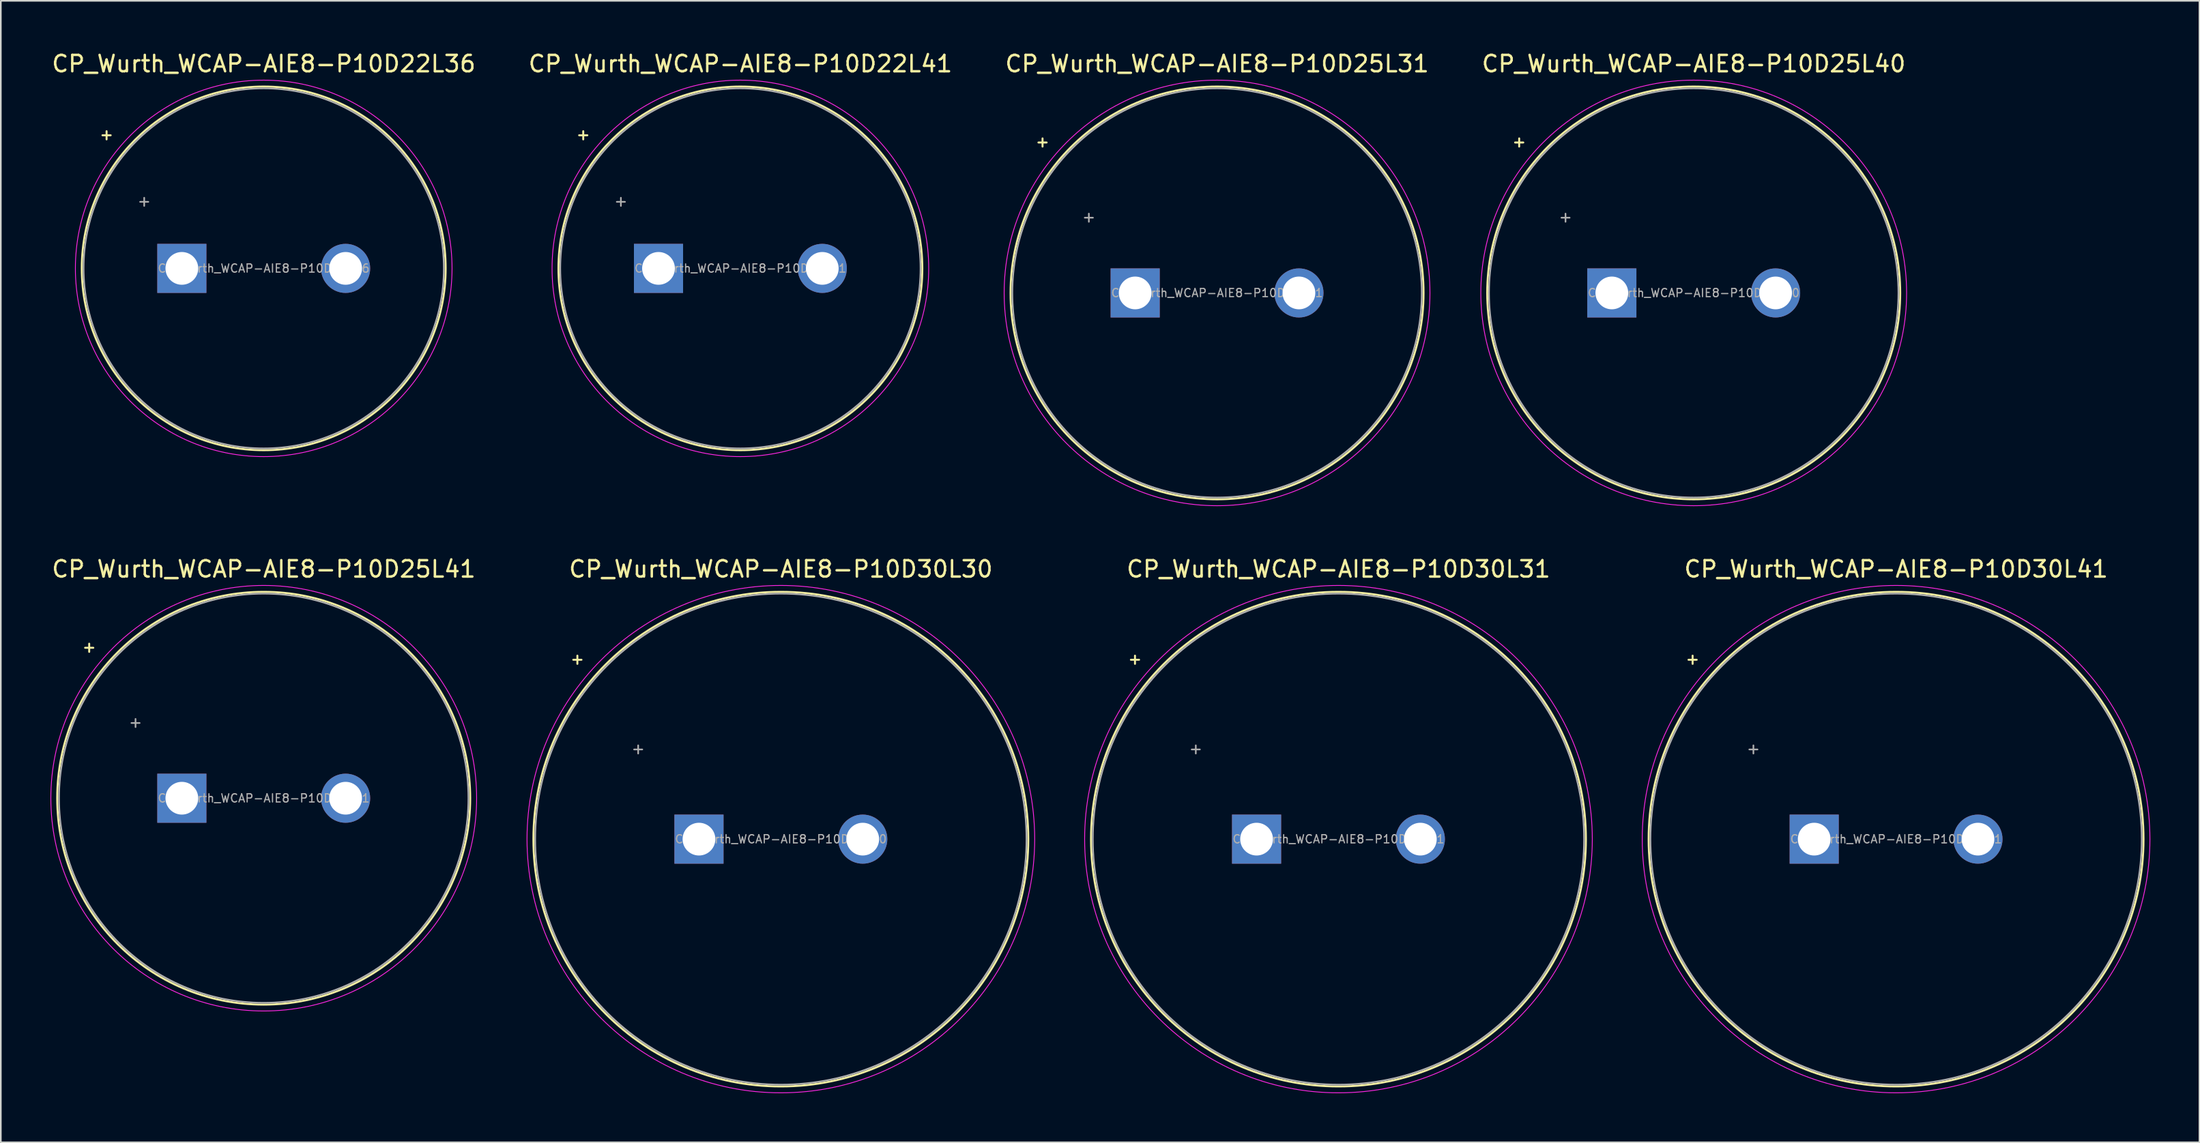
<source format=kicad_pcb>
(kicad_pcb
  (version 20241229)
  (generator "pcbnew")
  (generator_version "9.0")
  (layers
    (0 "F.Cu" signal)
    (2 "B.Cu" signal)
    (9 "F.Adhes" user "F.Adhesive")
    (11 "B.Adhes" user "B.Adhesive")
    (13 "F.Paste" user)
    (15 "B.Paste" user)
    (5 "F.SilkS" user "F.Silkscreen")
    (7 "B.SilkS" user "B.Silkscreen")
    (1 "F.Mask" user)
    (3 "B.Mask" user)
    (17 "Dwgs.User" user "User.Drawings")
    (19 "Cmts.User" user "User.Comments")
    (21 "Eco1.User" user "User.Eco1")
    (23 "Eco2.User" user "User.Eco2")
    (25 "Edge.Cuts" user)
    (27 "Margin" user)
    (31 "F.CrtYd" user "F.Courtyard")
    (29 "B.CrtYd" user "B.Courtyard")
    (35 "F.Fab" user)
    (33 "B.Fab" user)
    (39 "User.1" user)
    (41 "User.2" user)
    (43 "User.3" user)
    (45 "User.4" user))
  (footprint "CP_Wurth_WCAP-AIE8-P10D22L41"
    (layer "F.Cu")
    (at 37.161 13.348)
    (property "Reference" "CP_Wurth_WCAP-AIE8-P10D22L41" (at 5 -12.5 0) (unlocked yes) (layer "F.SilkS") (effects (font (size 1 1) (thickness 0.15))))
    (attr through_hole)
    (fp_line (start -4.846 -8.132) (end -4.346 -8.132) (stroke (width 0.12) (type solid)) (layer "F.SilkS"))
    (fp_line (start -4.596 -7.882) (end -4.596 -8.382) (stroke (width 0.12) (type solid)) (layer "F.SilkS"))
    (fp_circle (center 5 0) (end 16.11 0) (stroke (width 0.12) (type solid)) (fill no) (layer "F.SilkS"))
    (fp_circle (center 5 0) (end 16.5 0) (stroke (width 0.05) (type solid)) (fill no) (layer "F.CrtYd"))
    (fp_line (start -2.548 -4.066) (end -2.048 -4.066) (stroke (width 0.1) (type default)) (layer "F.Fab"))
    (fp_line (start -2.298 -3.816) (end -2.298 -4.316) (stroke (width 0.1) (type default)) (layer "F.Fab"))
    (fp_circle (center 5 0) (end 16 0) (stroke (width 0.1) (type solid)) (fill no) (layer "F.Fab"))
    (fp_text user "${REFERENCE}" (at 5 0 0) (unlocked yes) (layer "F.Fab") (effects (font (size 0.5 0.5) (thickness 0.075))))
    (pad "1" thru_hole rect (at 0 0) (size 3 3) (drill 2) (layers "*.Cu" "*.Mask"))
    (pad "2" thru_hole circle (at 10 0) (size 3 3) (drill 2) (layers "*.Cu" "*.Mask")))
  (footprint "CP_Wurth_WCAP-AIE8-P10D30L30"
    (layer "F.Cu")
    (at 39.632 48.221)
    (property "Reference" "CP_Wurth_WCAP-AIE8-P10D30L30" (at 5 -16.5 0) (unlocked yes) (layer "F.SilkS") (effects (font (size 1 1) (thickness 0.15))))
    (attr through_hole)
    (fp_line (start -7.675 -10.96) (end -7.175 -10.96) (stroke (width 0.12) (type solid)) (layer "F.SilkS"))
    (fp_line (start -7.425 -10.71) (end -7.425 -11.21) (stroke (width 0.12) (type solid)) (layer "F.SilkS"))
    (fp_circle (center 5 0) (end 20.11 0) (stroke (width 0.12) (type solid)) (fill no) (layer "F.SilkS"))
    (fp_circle (center 5 0) (end 20.5 0) (stroke (width 0.05) (type solid)) (fill no) (layer "F.CrtYd"))
    (fp_line (start -3.962 -5.48) (end -3.462 -5.48) (stroke (width 0.1) (type default)) (layer "F.Fab"))
    (fp_line (start -3.712 -5.23) (end -3.712 -5.73) (stroke (width 0.1) (type default)) (layer "F.Fab"))
    (fp_circle (center 5 0) (end 20 0) (stroke (width 0.1) (type solid)) (fill no) (layer "F.Fab"))
    (fp_text user "${REFERENCE}" (at 5 0 0) (unlocked yes) (layer "F.Fab") (effects (font (size 0.5 0.5) (thickness 0.075))))
    (pad "1" thru_hole rect (at 0 0) (size 3 3) (drill 2) (layers "*.Cu" "*.Mask"))
    (pad "2" thru_hole circle (at 10 0) (size 3 3) (drill 2) (layers "*.Cu" "*.Mask")))
  (footprint "CP_Wurth_WCAP-AIE8-P10D25L41"
    (layer "F.Cu")
    (at 8.054 45.721)
    (property "Reference" "CP_Wurth_WCAP-AIE8-P10D25L41" (at 5 -14 0) (unlocked yes) (layer "F.SilkS") (effects (font (size 1 1) (thickness 0.15))))
    (attr through_hole)
    (fp_line (start -5.907 -9.192) (end -5.407 -9.192) (stroke (width 0.12) (type solid)) (layer "F.SilkS"))
    (fp_line (start -5.657 -8.942) (end -5.657 -9.442) (stroke (width 0.12) (type solid)) (layer "F.SilkS"))
    (fp_circle (center 5 0) (end 17.61 0) (stroke (width 0.12) (type solid)) (fill no) (layer "F.SilkS"))
    (fp_circle (center 5 0) (end 18 0) (stroke (width 0.05) (type solid)) (fill no) (layer "F.CrtYd"))
    (fp_line (start -3.078 -4.596) (end -2.578 -4.596) (stroke (width 0.1) (type default)) (layer "F.Fab"))
    (fp_line (start -2.828 -4.346) (end -2.828 -4.846) (stroke (width 0.1) (type default)) (layer "F.Fab"))
    (fp_circle (center 5 0) (end 17.5 0) (stroke (width 0.1) (type solid)) (fill no) (layer "F.Fab"))
    (fp_text user "${REFERENCE}" (at 5 0 0) (unlocked yes) (layer "F.Fab") (effects (font (size 0.5 0.5) (thickness 0.075))))
    (pad "1" thru_hole rect (at 0 0) (size 3 3) (drill 2) (layers "*.Cu" "*.Mask"))
    (pad "2" thru_hole circle (at 10 0) (size 3 3) (drill 2) (layers "*.Cu" "*.Mask")))
  (footprint "CP_Wurth_WCAP-AIE8-P10D25L31"
    (layer "F.Cu")
    (at 66.268 14.848)
    (property "Reference" "CP_Wurth_WCAP-AIE8-P10D25L31" (at 5 -14 0) (unlocked yes) (layer "F.SilkS") (effects (font (size 1 1) (thickness 0.15))))
    (attr through_hole)
    (fp_line (start -5.907 -9.192) (end -5.407 -9.192) (stroke (width 0.12) (type solid)) (layer "F.SilkS"))
    (fp_line (start -5.657 -8.942) (end -5.657 -9.442) (stroke (width 0.12) (type solid)) (layer "F.SilkS"))
    (fp_circle (center 5 0) (end 17.61 0) (stroke (width 0.12) (type solid)) (fill no) (layer "F.SilkS"))
    (fp_circle (center 5 0) (end 18 0) (stroke (width 0.05) (type solid)) (fill no) (layer "F.CrtYd"))
    (fp_line (start -3.078 -4.596) (end -2.578 -4.596) (stroke (width 0.1) (type default)) (layer "F.Fab"))
    (fp_line (start -2.828 -4.346) (end -2.828 -4.846) (stroke (width 0.1) (type default)) (layer "F.Fab"))
    (fp_circle (center 5 0) (end 17.5 0) (stroke (width 0.1) (type solid)) (fill no) (layer "F.Fab"))
    (fp_text user "${REFERENCE}" (at 5 0 0) (unlocked yes) (layer "F.Fab") (effects (font (size 0.5 0.5) (thickness 0.075))))
    (pad "1" thru_hole rect (at 0 0) (size 3 3) (drill 2) (layers "*.Cu" "*.Mask"))
    (pad "2" thru_hole circle (at 10 0) (size 3 3) (drill 2) (layers "*.Cu" "*.Mask")))
  (footprint "CP_Wurth_WCAP-AIE8-P10D22L36"
    (layer "F.Cu")
    (at 8.054 13.348)
    (property "Reference" "CP_Wurth_WCAP-AIE8-P10D22L36" (at 5 -12.5 0) (unlocked yes) (layer "F.SilkS") (effects (font (size 1 1) (thickness 0.15))))
    (attr through_hole)
    (fp_line (start -4.846 -8.132) (end -4.346 -8.132) (stroke (width 0.12) (type solid)) (layer "F.SilkS"))
    (fp_line (start -4.596 -7.882) (end -4.596 -8.382) (stroke (width 0.12) (type solid)) (layer "F.SilkS"))
    (fp_circle (center 5 0) (end 16.11 0) (stroke (width 0.12) (type solid)) (fill no) (layer "F.SilkS"))
    (fp_circle (center 5 0) (end 16.5 0) (stroke (width 0.05) (type solid)) (fill no) (layer "F.CrtYd"))
    (fp_line (start -2.548 -4.066) (end -2.048 -4.066) (stroke (width 0.1) (type default)) (layer "F.Fab"))
    (fp_line (start -2.298 -3.816) (end -2.298 -4.316) (stroke (width 0.1) (type default)) (layer "F.Fab"))
    (fp_circle (center 5 0) (end 16 0) (stroke (width 0.1) (type solid)) (fill no) (layer "F.Fab"))
    (fp_text user "${REFERENCE}" (at 5 0 0) (unlocked yes) (layer "F.Fab") (effects (font (size 0.5 0.5) (thickness 0.075))))
    (pad "1" thru_hole rect (at 0 0) (size 3 3) (drill 2) (layers "*.Cu" "*.Mask"))
    (pad "2" thru_hole circle (at 10 0) (size 3 3) (drill 2) (layers "*.Cu" "*.Mask")))
  (footprint "CP_Wurth_WCAP-AIE8-P10D30L31"
    (layer "F.Cu")
    (at 73.682 48.221)
    (property "Reference" "CP_Wurth_WCAP-AIE8-P10D30L31" (at 5 -16.5 0) (unlocked yes) (layer "F.SilkS") (effects (font (size 1 1) (thickness 0.15))))
    (attr through_hole)
    (fp_line (start -7.675 -10.96) (end -7.175 -10.96) (stroke (width 0.12) (type solid)) (layer "F.SilkS"))
    (fp_line (start -7.425 -10.71) (end -7.425 -11.21) (stroke (width 0.12) (type solid)) (layer "F.SilkS"))
    (fp_circle (center 5 0) (end 20.11 0) (stroke (width 0.12) (type solid)) (fill no) (layer "F.SilkS"))
    (fp_circle (center 5 0) (end 20.5 0) (stroke (width 0.05) (type solid)) (fill no) (layer "F.CrtYd"))
    (fp_line (start -3.962 -5.48) (end -3.462 -5.48) (stroke (width 0.1) (type default)) (layer "F.Fab"))
    (fp_line (start -3.712 -5.23) (end -3.712 -5.73) (stroke (width 0.1) (type default)) (layer "F.Fab"))
    (fp_circle (center 5 0) (end 20 0) (stroke (width 0.1) (type solid)) (fill no) (layer "F.Fab"))
    (fp_text user "${REFERENCE}" (at 5 0 0) (unlocked yes) (layer "F.Fab") (effects (font (size 0.5 0.5) (thickness 0.075))))
    (pad "1" thru_hole rect (at 0 0) (size 3 3) (drill 2) (layers "*.Cu" "*.Mask"))
    (pad "2" thru_hole circle (at 10 0) (size 3 3) (drill 2) (layers "*.Cu" "*.Mask")))
  (footprint "CP_Wurth_WCAP-AIE8-P10D25L40"
    (layer "F.Cu")
    (at 95.375 14.848)
    (property "Reference" "CP_Wurth_WCAP-AIE8-P10D25L40" (at 5 -14 0) (unlocked yes) (layer "F.SilkS") (effects (font (size 1 1) (thickness 0.15))))
    (attr through_hole)
    (fp_line (start -5.907 -9.192) (end -5.407 -9.192) (stroke (width 0.12) (type solid)) (layer "F.SilkS"))
    (fp_line (start -5.657 -8.942) (end -5.657 -9.442) (stroke (width 0.12) (type solid)) (layer "F.SilkS"))
    (fp_circle (center 5 0) (end 17.61 0) (stroke (width 0.12) (type solid)) (fill no) (layer "F.SilkS"))
    (fp_circle (center 5 0) (end 18 0) (stroke (width 0.05) (type solid)) (fill no) (layer "F.CrtYd"))
    (fp_line (start -3.078 -4.596) (end -2.578 -4.596) (stroke (width 0.1) (type default)) (layer "F.Fab"))
    (fp_line (start -2.828 -4.346) (end -2.828 -4.846) (stroke (width 0.1) (type default)) (layer "F.Fab"))
    (fp_circle (center 5 0) (end 17.5 0) (stroke (width 0.1) (type solid)) (fill no) (layer "F.Fab"))
    (fp_text user "${REFERENCE}" (at 5 0 0) (unlocked yes) (layer "F.Fab") (effects (font (size 0.5 0.5) (thickness 0.075))))
    (pad "1" thru_hole rect (at 0 0) (size 3 3) (drill 2) (layers "*.Cu" "*.Mask"))
    (pad "2" thru_hole circle (at 10 0) (size 3 3) (drill 2) (layers "*.Cu" "*.Mask")))
  (footprint "CP_Wurth_WCAP-AIE8-P10D30L41"
    (layer "F.Cu")
    (at 107.732 48.221)
    (property "Reference" "CP_Wurth_WCAP-AIE8-P10D30L41" (at 5 -16.5 0) (unlocked yes) (layer "F.SilkS") (effects (font (size 1 1) (thickness 0.15))))
    (attr through_hole)
    (fp_line (start -7.675 -10.96) (end -7.175 -10.96) (stroke (width 0.12) (type solid)) (layer "F.SilkS"))
    (fp_line (start -7.425 -10.71) (end -7.425 -11.21) (stroke (width 0.12) (type solid)) (layer "F.SilkS"))
    (fp_circle (center 5 0) (end 20.11 0) (stroke (width 0.12) (type solid)) (fill no) (layer "F.SilkS"))
    (fp_circle (center 5 0) (end 20.5 0) (stroke (width 0.05) (type solid)) (fill no) (layer "F.CrtYd"))
    (fp_line (start -3.962 -5.48) (end -3.462 -5.48) (stroke (width 0.1) (type default)) (layer "F.Fab"))
    (fp_line (start -3.712 -5.23) (end -3.712 -5.73) (stroke (width 0.1) (type default)) (layer "F.Fab"))
    (fp_circle (center 5 0) (end 20 0) (stroke (width 0.1) (type solid)) (fill no) (layer "F.Fab"))
    (fp_text user "${REFERENCE}" (at 5 0 0) (unlocked yes) (layer "F.Fab") (effects (font (size 0.5 0.5) (thickness 0.075))))
    (pad "1" thru_hole rect (at 0 0) (size 3 3) (drill 2) (layers "*.Cu" "*.Mask"))
    (pad "2" thru_hole circle (at 10 0) (size 3 3) (drill 2) (layers "*.Cu" "*.Mask")))
  (gr_rect
    (start -3 -3)
    (end 131.257 66.746)
    (stroke (width 0.1) (type default))
    (fill no)
    (layer "Edge.Cuts")))
</source>
